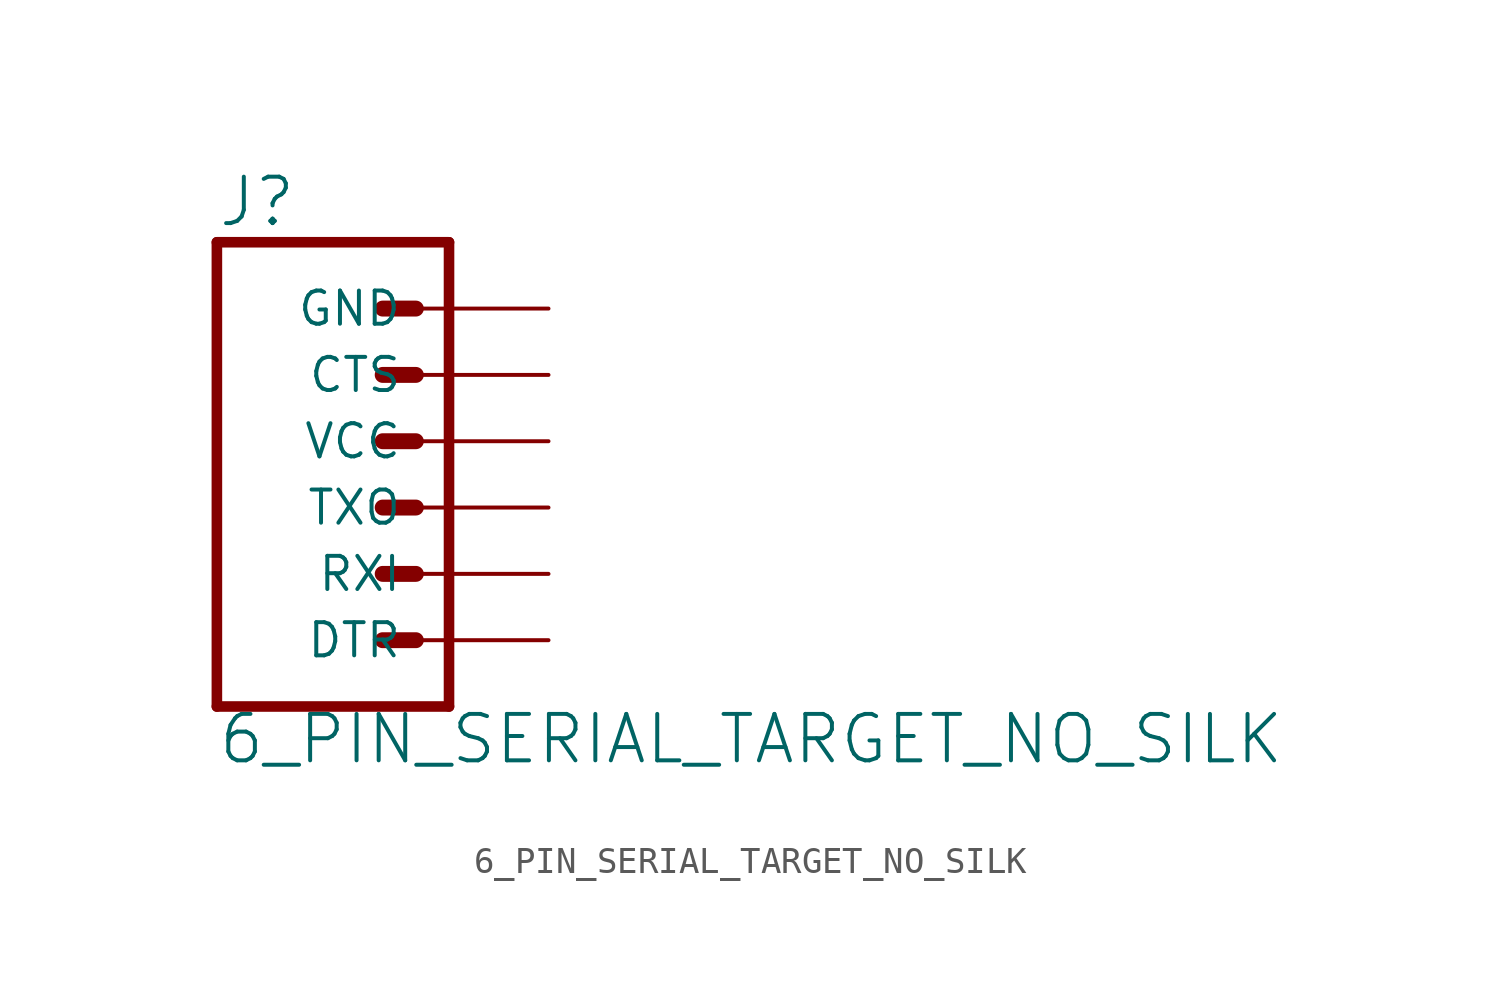
<source format=kicad_sym>
(kicad_symbol_lib
  (version 20211014)
  (generator kicad_symbol_editor)
  (symbol "6_PIN_SERIAL_TARGET_NO_SILK"
    (property "Reference" "J"
      (at -7.62 10.668 0)
      (effects (font (size 1.778 1.778)) (justify left bottom)))
    (property "Value" "6_PIN_SERIAL_TARGET_NO_SILK"
      (at -7.62 -9.906 0)
      (effects (font (size 1.778 1.778)) (justify left bottom)))
    (property "ki_locked" ""
      (at 0 0 0)
      (effects (font (size 1.27 1.27))))
    (symbol "6_PIN_SERIAL_TARGET_NO_SILK_1_0"
      (polyline (pts (xy -7.62 10.16) (xy -7.62 -7.62)) (stroke (width 0.406) (type default) (color 0 0 0 0)) (fill (type none)))
      (polyline (pts (xy -7.62 10.16) (xy 1.27 10.16)) (stroke (width 0.406) (type default) (color 0 0 0 0)) (fill (type none)))
      (polyline (pts (xy -1.27 -5.08) (xy 0 -5.08)) (stroke (width 0.61) (type default) (color 0 0 0 0)) (fill (type none)))
      (polyline (pts (xy -1.27 -2.54) (xy 0 -2.54)) (stroke (width 0.61) (type default) (color 0 0 0 0)) (fill (type none)))
      (polyline (pts (xy -1.27 0) (xy 0 0)) (stroke (width 0.61) (type default) (color 0 0 0 0)) (fill (type none)))
      (polyline (pts (xy -1.27 2.54) (xy 0 2.54)) (stroke (width 0.61) (type default) (color 0 0 0 0)) (fill (type none)))
      (polyline (pts (xy -1.27 5.08) (xy 0 5.08)) (stroke (width 0.61) (type default) (color 0 0 0 0)) (fill (type none)))
      (polyline (pts (xy -1.27 7.62) (xy 0 7.62)) (stroke (width 0.61) (type default) (color 0 0 0 0)) (fill (type none)))
      (polyline (pts (xy 1.27 -7.62) (xy -7.62 -7.62)) (stroke (width 0.406) (type default) (color 0 0 0 0)) (fill (type none)))
      (polyline (pts (xy 1.27 -7.62) (xy 1.27 10.16)) (stroke (width 0.406) (type default) (color 0 0 0 0)) (fill (type none)))
      (pin passive line (at 5.08 -5.08 180) (length 5.08) (name "DTR" (effects (font (size 1.27 1.27)))) (number "1" (effects (font (size 0 0)))))
      (pin passive line (at 5.08 -2.54 180) (length 5.08) (name "RXI" (effects (font (size 1.27 1.27)))) (number "2" (effects (font (size 0 0)))))
      (pin passive line (at 5.08 0 180) (length 5.08) (name "TXO" (effects (font (size 1.27 1.27)))) (number "3" (effects (font (size 0 0)))))
      (pin passive line (at 5.08 2.54 180) (length 5.08) (name "VCC" (effects (font (size 1.27 1.27)))) (number "4" (effects (font (size 0 0)))))
      (pin passive line (at 5.08 5.08 180) (length 5.08) (name "CTS" (effects (font (size 1.27 1.27)))) (number "5" (effects (font (size 0 0)))))
      (pin passive line (at 5.08 7.62 180) (length 5.08) (name "GND" (effects (font (size 1.27 1.27)))) (number "6" (effects (font (size 0 0))))))))
</source>
